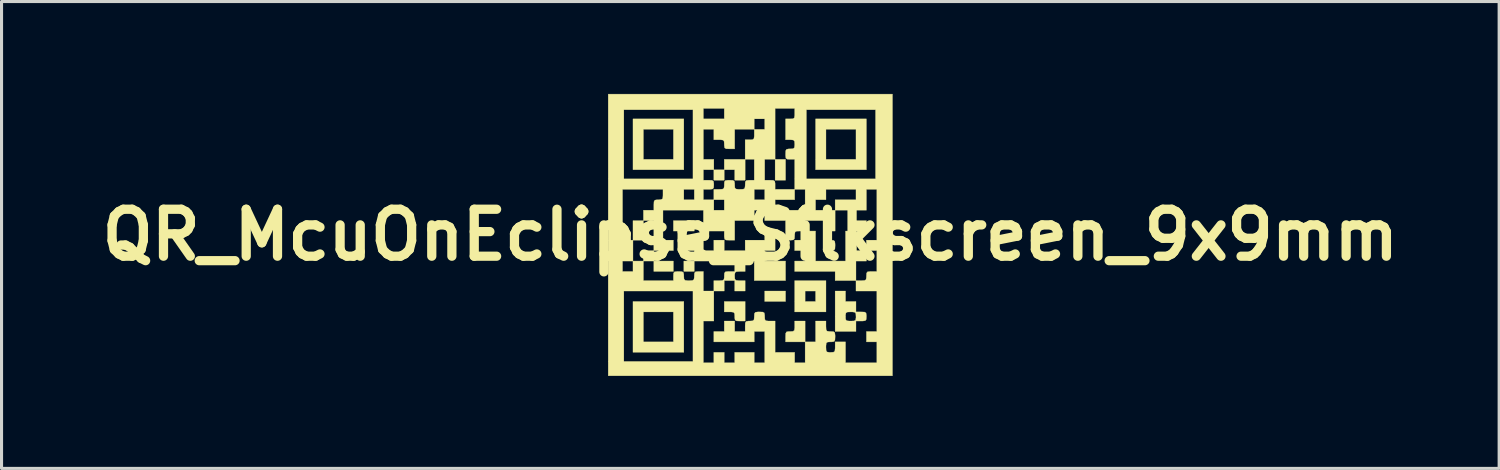
<source format=kicad_pcb>
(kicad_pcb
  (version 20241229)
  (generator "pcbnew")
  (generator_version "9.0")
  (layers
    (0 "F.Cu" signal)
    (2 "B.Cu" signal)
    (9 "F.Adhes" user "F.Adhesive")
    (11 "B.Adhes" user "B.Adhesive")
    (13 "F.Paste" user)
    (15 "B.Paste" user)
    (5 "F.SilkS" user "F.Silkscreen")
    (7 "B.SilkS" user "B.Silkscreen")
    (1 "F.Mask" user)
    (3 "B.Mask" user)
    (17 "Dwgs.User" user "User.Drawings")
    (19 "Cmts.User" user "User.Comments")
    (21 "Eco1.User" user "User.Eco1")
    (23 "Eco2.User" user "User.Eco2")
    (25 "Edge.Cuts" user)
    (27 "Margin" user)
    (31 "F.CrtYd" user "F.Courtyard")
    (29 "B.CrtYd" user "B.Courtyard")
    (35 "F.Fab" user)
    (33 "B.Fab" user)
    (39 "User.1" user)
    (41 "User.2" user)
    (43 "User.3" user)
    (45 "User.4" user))
  (footprint "QR_McuOnEclipse_Silkscreen_9x9mm"
    (layer "F.Cu")
    (at 21.307 4.577)
    (property "Reference" "QR_McuOnEclipse_Silkscreen_9x9mm" (at 0 0 0) (layer "F.SilkS") (effects (font (size 1.524 1.524) (thickness 0.3))))
    (attr through_hole)
    (fp_poly (pts (xy -3.471 0.169) (xy -3.81 0.169) (xy -3.81 -0.466) (xy -3.471 -0.466) (xy -3.471 0.169)) (stroke (width 0.01) (type solid)) (fill yes) (layer "F.SilkS"))
    (fp_poly (pts (xy -3.471 0.847) (xy -3.471 0.508) (xy -3.133 0.508) (xy -3.133 0.847) (xy -3.471 0.847)) (stroke (width 0.01) (type solid)) (fill yes) (layer "F.SilkS"))
    (fp_poly (pts (xy -2.498 0.847) (xy -2.498 1.185) (xy -3.133 1.185) (xy -3.133 0.847) (xy -2.498 0.847)) (stroke (width 0.01) (type solid)) (fill yes) (layer "F.SilkS"))
    (fp_poly (pts (xy -1.82 -0.127) (xy -2.498 -0.127) (xy -2.498 -0.466) (xy -1.82 -0.466) (xy -1.82 -0.127)) (stroke (width 0.01) (type solid)) (fill yes) (layer "F.SilkS"))
    (fp_poly (pts (xy -1.82 1.185) (xy -2.159 1.185) (xy -2.159 0.847) (xy -1.82 0.847) (xy -1.82 1.185)) (stroke (width 0.01) (type solid)) (fill yes) (layer "F.SilkS"))
    (fp_poly (pts (xy -0.847 -1.778) (xy -1.185 -1.778) (xy -1.185 -2.117) (xy -0.847 -2.117) (xy -0.847 -1.778)) (stroke (width 0.01) (type solid)) (fill yes) (layer "F.SilkS"))
    (fp_poly (pts (xy 1.143 -1.778) (xy 0.804 -1.778) (xy 0.804 -2.455) (xy 1.143 -2.455) (xy 1.143 -1.778)) (stroke (width 0.01) (type solid)) (fill yes) (layer "F.SilkS"))
    (fp_poly (pts (xy 1.143 2.159) (xy 0.466 2.159) (xy 0.466 1.82) (xy 1.143 1.82) (xy 1.143 2.159)) (stroke (width 0.01) (type solid)) (fill yes) (layer "F.SilkS"))
    (fp_poly (pts (xy 3.429 -0.466) (xy 3.768 -0.466) (xy 3.768 -0.127) (xy 3.429 -0.127) (xy 3.429 -0.466)) (stroke (width 0.01) (type solid)) (fill yes) (layer "F.SilkS"))
    (fp_poly (pts (xy -0.847 -2.455) (xy -0.169 -2.455) (xy -0.169 -1.778) (xy -0.508 -1.778) (xy -0.508 -2.117) (xy -0.847 -2.117) (xy -0.847 -2.455)) (stroke (width 0.01) (type solid)) (fill yes) (layer "F.SilkS"))
    (fp_poly (pts (xy -2.159 -2.117) (xy -3.81 -2.117) (xy -3.81 -3.429) (xy -3.471 -3.429) (xy -3.471 -2.455) (xy -2.498 -2.455) (xy -2.498 -3.429) (xy -3.471 -3.429) (xy -3.81 -3.429) (xy -3.81 -3.768) (xy -2.159 -3.768) (xy -2.159 -2.117)) (stroke (width 0.01) (type solid)) (fill yes) (layer "F.SilkS"))
    (fp_poly (pts (xy -2.159 3.81) (xy -3.81 3.81) (xy -3.81 2.498) (xy -3.471 2.498) (xy -3.471 3.471) (xy -2.498 3.471) (xy -2.498 2.498) (xy -3.471 2.498) (xy -3.81 2.498) (xy -3.81 2.159) (xy -2.159 2.159) (xy -2.159 3.81)) (stroke (width 0.01) (type solid)) (fill yes) (layer "F.SilkS"))
    (fp_poly (pts (xy 2.455 2.498) (xy 1.439 2.498) (xy 1.439 1.82) (xy 1.778 1.82) (xy 1.778 2.159) (xy 2.117 2.159) (xy 2.117 1.82) (xy 1.778 1.82) (xy 1.439 1.82) (xy 1.439 1.482) (xy 2.455 1.482) (xy 2.455 2.498)) (stroke (width 0.01) (type solid)) (fill yes) (layer "F.SilkS"))
    (fp_poly (pts (xy 3.768 -2.117) (xy 2.117 -2.117) (xy 2.117 -3.429) (xy 2.455 -3.429) (xy 2.455 -2.455) (xy 3.429 -2.455) (xy 3.429 -3.429) (xy 2.455 -3.429) (xy 2.117 -3.429) (xy 2.117 -3.768) (xy 3.768 -3.768) (xy 3.768 -2.117)) (stroke (width 0.01) (type solid)) (fill yes) (layer "F.SilkS"))
    (fp_poly (pts (xy -0.169 2.794) (xy -0.339 2.794) (xy -0.447 2.79) (xy -0.495 2.762) (xy -0.508 2.69) (xy -0.508 2.646) (xy -0.513 2.551) (xy -0.545 2.509) (xy -0.627 2.498) (xy -0.677 2.498) (xy -0.847 2.498) (xy -0.847 2.159) (xy -0.169 2.159) (xy -0.169 2.794)) (stroke (width 0.01) (type solid)) (fill yes) (layer "F.SilkS"))
    (fp_poly (pts (xy 1.778 3.471) (xy 1.143 3.471) (xy 1.143 3.302) (xy 1.147 3.194) (xy 1.175 3.145) (xy 1.247 3.133) (xy 1.291 3.133) (xy 1.386 3.128) (xy 1.428 3.096) (xy 1.439 3.013) (xy 1.439 2.963) (xy 1.439 2.794) (xy 1.778 2.794) (xy 1.778 3.471)) (stroke (width 0.01) (type solid)) (fill yes) (layer "F.SilkS"))
    (fp_poly (pts (xy 2.698 0.174) (xy 2.741 0.206) (xy 2.751 0.289) (xy 2.752 0.339) (xy 2.747 0.447) (xy 2.719 0.495) (xy 2.647 0.508) (xy 2.603 0.508) (xy 2.509 0.503) (xy 2.466 0.471) (xy 2.456 0.389) (xy 2.455 0.339) (xy 2.46 0.23) (xy 2.488 0.182) (xy 2.56 0.17) (xy 2.603 0.169) (xy 2.698 0.174)) (stroke (width 0.01) (type solid)) (fill yes) (layer "F.SilkS"))
    (fp_poly (pts (xy 3.429 0.508) (xy 3.768 0.508) (xy 3.768 0.847) (xy 3.429 0.847) (xy 3.429 1.482) (xy 2.752 1.482) (xy 2.752 1.185) (xy 1.439 1.185) (xy 1.439 0.847) (xy 1.778 0.847) (xy 1.778 0.508) (xy 1.439 0.508) (xy 1.439 0.169) (xy 1.609 0.169) (xy 1.717 0.165) (xy 1.765 0.137) (xy 1.778 0.065) (xy 1.778 0.021) (xy 1.783 -0.074) (xy 1.815 -0.116) (xy 1.897 -0.127) (xy 1.947 -0.127) (xy 2.117 -0.127) (xy 2.117 0.847) (xy 3.09 0.847) (xy 3.09 -0.127) (xy 3.429 -0.127) (xy 3.429 0.508)) (stroke (width 0.01) (type solid)) (fill yes) (layer "F.SilkS"))
    (fp_poly (pts (xy 3.09 2.159) (xy 3.429 2.159) (xy 3.429 2.498) (xy 3.598 2.498) (xy 3.707 2.502) (xy 3.755 2.53) (xy 3.767 2.602) (xy 3.768 2.646) (xy 3.763 2.741) (xy 3.731 2.783) (xy 3.648 2.794) (xy 3.598 2.794) (xy 3.429 2.794) (xy 3.429 3.133) (xy 2.752 3.133) (xy 2.752 2.646) (xy 3.09 2.646) (xy 3.095 2.741) (xy 3.127 2.783) (xy 3.21 2.794) (xy 3.26 2.794) (xy 3.368 2.79) (xy 3.416 2.762) (xy 3.429 2.69) (xy 3.429 2.646) (xy 3.424 2.551) (xy 3.392 2.509) (xy 3.31 2.498) (xy 3.26 2.498) (xy 3.151 2.502) (xy 3.103 2.53) (xy 3.091 2.602) (xy 3.09 2.646) (xy 2.752 2.646) (xy 2.752 1.82) (xy 3.09 1.82) (xy 3.09 2.159)) (stroke (width 0.01) (type solid)) (fill yes) (layer "F.SilkS"))
    (fp_poly (pts (xy -1.82 0.508) (xy -2.159 0.508) (xy -2.159 0.169) (xy -1.524 0.169) (xy -1.524 0.508) (xy -1.185 0.508) (xy -1.185 0.169) (xy -0.847 0.169) (xy -0.847 0.508) (xy -0.169 0.508) (xy -0.169 0.169) (xy 0.466 0.169) (xy 0.466 0.021) (xy 0.471 -0.074) (xy 0.502 -0.116) (xy 0.585 -0.127) (xy 0.635 -0.127) (xy 0.804 -0.127) (xy 0.804 0.508) (xy 0.466 0.508) (xy 0.466 0.847) (xy 1.143 0.847) (xy 1.143 1.482) (xy 0.127 1.482) (xy 0.127 0.847) (xy -0.021 0.847) (xy -0.116 0.852) (xy -0.158 0.883) (xy -0.169 0.966) (xy -0.169 1.016) (xy -0.169 1.185) (xy -0.339 1.185) (xy -0.447 1.19) (xy -0.495 1.218) (xy -0.508 1.29) (xy -0.508 1.333) (xy -0.503 1.428) (xy -0.471 1.471) (xy -0.389 1.481) (xy -0.339 1.482) (xy -0.169 1.482) (xy -0.169 1.82) (xy -0.508 1.82) (xy -0.508 1.482) (xy -0.847 1.482) (xy -0.847 1.82) (xy -1.185 1.82) (xy -1.185 1.482) (xy -1.016 1.482) (xy -0.908 1.477) (xy -0.859 1.449) (xy -0.847 1.377) (xy -0.847 1.333) (xy -0.842 1.239) (xy -0.81 1.196) (xy -0.727 1.186) (xy -0.677 1.185) (xy -0.508 1.185) (xy -0.508 0.847) (xy -1.82 0.847) (xy -1.82 0.508)) (stroke (width 0.01) (type solid)) (fill yes) (layer "F.SilkS"))
    (fp_poly (pts (xy 4.614 4.572) (xy -4.614 4.572) (xy -4.614 1.82) (xy -4.106 1.82) (xy -4.106 4.106) (xy -1.863 4.106) (xy -1.863 1.82) (xy -4.106 1.82) (xy -4.614 1.82) (xy -4.614 0.847) (xy -4.149 0.847) (xy -4.149 1.185) (xy -3.81 1.185) (xy -3.81 0.847) (xy -4.149 0.847) (xy -4.614 0.847) (xy -4.614 -1.482) (xy -4.149 -1.482) (xy -4.149 0.169) (xy -3.81 0.169) (xy -3.81 0.847) (xy -3.471 0.847) (xy -3.471 1.482) (xy -2.498 1.482) (xy -2.498 1.333) (xy -2.493 1.239) (xy -2.461 1.196) (xy -2.378 1.186) (xy -2.328 1.185) (xy -2.22 1.19) (xy -2.172 1.218) (xy -2.159 1.29) (xy -2.159 1.333) (xy -2.154 1.428) (xy -2.122 1.471) (xy -2.04 1.481) (xy -1.99 1.482) (xy -1.881 1.477) (xy -1.833 1.449) (xy -1.821 1.377) (xy -1.82 1.333) (xy -1.814 1.234) (xy -1.777 1.193) (xy -1.683 1.185) (xy -1.672 1.185) (xy -1.524 1.185) (xy -1.524 1.82) (xy -1.185 1.82) (xy -1.185 2.794) (xy -1.524 2.794) (xy -1.524 4.149) (xy -1.185 4.149) (xy -1.185 3.81) (xy -0.847 3.81) (xy -0.847 4.149) (xy -0.508 4.149) (xy -0.508 3.81) (xy 0.127 3.81) (xy 0.127 4.149) (xy 0.466 4.149) (xy 0.466 3.133) (xy 0.127 3.133) (xy 0.127 3.471) (xy -1.185 3.471) (xy -1.185 3.133) (xy -0.847 3.133) (xy -0.847 2.794) (xy -0.508 2.794) (xy -0.508 3.133) (xy -0.169 3.133) (xy -0.169 2.963) (xy -0.165 2.855) (xy -0.137 2.807) (xy -0.065 2.794) (xy -0.021 2.794) (xy 0.078 2.787) (xy 0.119 2.75) (xy 0.127 2.657) (xy 0.127 2.646) (xy 0.132 2.551) (xy 0.164 2.509) (xy 0.246 2.498) (xy 0.296 2.498) (xy 0.405 2.502) (xy 0.453 2.53) (xy 0.465 2.602) (xy 0.466 2.646) (xy 0.471 2.741) (xy 0.502 2.783) (xy 0.585 2.794) (xy 0.635 2.794) (xy 0.804 2.794) (xy 0.804 3.81) (xy 1.439 3.81) (xy 1.439 4.149) (xy 1.778 4.149) (xy 1.778 3.471) (xy 2.117 3.471) (xy 2.117 2.794) (xy 2.455 2.794) (xy 2.455 2.963) (xy 2.46 3.072) (xy 2.488 3.12) (xy 2.56 3.132) (xy 2.603 3.133) (xy 2.698 3.138) (xy 2.741 3.169) (xy 2.751 3.252) (xy 2.752 3.302) (xy 2.747 3.41) (xy 2.719 3.459) (xy 2.647 3.471) (xy 2.603 3.471) (xy 2.509 3.476) (xy 2.466 3.508) (xy 2.456 3.591) (xy 2.455 3.641) (xy 2.46 3.749) (xy 2.488 3.797) (xy 2.56 3.81) (xy 2.603 3.81) (xy 2.698 3.805) (xy 2.741 3.773) (xy 2.751 3.691) (xy 2.752 3.641) (xy 2.752 3.471) (xy 3.09 3.471) (xy 3.09 4.149) (xy 4.106 4.149) (xy 4.106 3.471) (xy 3.768 3.471) (xy 3.768 3.133) (xy 4.106 3.133) (xy 4.106 1.82) (xy 3.429 1.82) (xy 3.429 1.482) (xy 3.598 1.482) (xy 3.707 1.477) (xy 3.755 1.449) (xy 3.767 1.377) (xy 3.768 1.333) (xy 3.773 1.239) (xy 3.804 1.196) (xy 3.887 1.186) (xy 3.937 1.185) (xy 4.106 1.185) (xy 4.106 0.508) (xy 3.768 0.508) (xy 3.768 0.169) (xy 4.106 0.169) (xy 4.106 -1.482) (xy 3.768 -1.482) (xy 3.768 -0.804) (xy 2.752 -0.804) (xy 2.752 -0.127) (xy 2.603 -0.127) (xy 2.509 -0.132) (xy 2.466 -0.164) (xy 2.456 -0.246) (xy 2.455 -0.296) (xy 2.455 -0.466) (xy 1.778 -0.466) (xy 1.778 -0.127) (xy 1.609 -0.127) (xy 1.5 -0.123) (xy 1.452 -0.095) (xy 1.44 -0.023) (xy 1.439 0.021) (xy 1.433 0.12) (xy 1.396 0.161) (xy 1.302 0.169) (xy 1.291 0.169) (xy 1.143 0.169) (xy 1.143 -0.466) (xy 0.466 -0.466) (xy 0.466 -0.804) (xy 0.127 -0.804) (xy 0.127 -0.466) (xy -0.508 -0.466) (xy -0.508 0.169) (xy -0.677 0.169) (xy -0.786 0.165) (xy -0.834 0.137) (xy -0.846 0.065) (xy -0.847 0.021) (xy -0.847 -0.127) (xy -1.524 -0.127) (xy -1.524 -0.804) (xy -1.185 -0.804) (xy -0.847 -0.804) (xy -0.847 -1.143) (xy -1.185 -1.143) (xy -1.185 -0.804) (xy -1.524 -0.804) (xy -2.836 -0.804) (xy -2.836 0.169) (xy -2.498 0.169) (xy -2.498 0.508) (xy -3.133 0.508) (xy -3.133 -0.466) (xy -3.471 -0.466) (xy -3.471 -0.804) (xy -3.133 -0.804) (xy -3.133 -0.974) (xy -3.128 -1.082) (xy -3.1 -1.13) (xy -3.028 -1.143) (xy -2.985 -1.143) (xy -2.89 -1.148) (xy -2.847 -1.18) (xy -2.837 -1.262) (xy -2.836 -1.312) (xy -2.836 -1.482) (xy -2.159 -1.482) (xy -2.159 -1.143) (xy -1.82 -1.143) (xy -1.82 -1.482) (xy -2.159 -1.482) (xy -2.836 -1.482) (xy -4.149 -1.482) (xy -4.614 -1.482) (xy -4.614 -4.064) (xy -4.106 -4.064) (xy -4.106 -1.82) (xy -1.863 -1.82) (xy -1.863 -3.429) (xy -1.524 -3.429) (xy -1.524 -2.455) (xy -1.185 -2.455) (xy -1.185 -2.117) (xy -1.524 -2.117) (xy -1.524 -1.778) (xy -1.355 -1.778) (xy -1.246 -1.774) (xy -1.198 -1.746) (xy -1.186 -1.674) (xy -1.185 -1.63) (xy -1.19 -1.535) (xy -1.222 -1.493) (xy -1.305 -1.482) (xy -1.355 -1.482) (xy -1.524 -1.482) (xy -1.524 -1.143) (xy -1.185 -1.143) (xy -1.185 -1.482) (xy -1.016 -1.482) (xy -0.908 -1.486) (xy -0.859 -1.514) (xy -0.847 -1.586) (xy -0.847 -1.63) (xy -0.842 -1.725) (xy -0.81 -1.767) (xy -0.727 -1.778) (xy -0.677 -1.778) (xy -0.569 -1.774) (xy -0.521 -1.746) (xy -0.508 -1.674) (xy -0.508 -1.63) (xy -0.503 -1.535) (xy -0.471 -1.493) (xy -0.389 -1.482) (xy -0.339 -1.482) (xy 0.127 -1.482) (xy 0.127 -1.143) (xy 0.466 -1.143) (xy 0.804 -1.143) (xy 0.804 -0.804) (xy 1.778 -0.804) (xy 1.778 -1.143) (xy 2.117 -1.143) (xy 2.117 -0.804) (xy 2.752 -0.804) (xy 2.752 -1.143) (xy 3.429 -1.143) (xy 3.429 -1.482) (xy 2.455 -1.482) (xy 2.455 -1.143) (xy 2.117 -1.143) (xy 1.778 -1.143) (xy 1.778 -1.482) (xy 1.439 -1.482) (xy 1.439 -1.143) (xy 0.804 -1.143) (xy 0.466 -1.143) (xy 0.466 -1.482) (xy 0.127 -1.482) (xy -0.339 -1.482) (xy -0.23 -1.486) (xy -0.182 -1.514) (xy -0.17 -1.586) (xy -0.169 -1.63) (xy -0.163 -1.729) (xy -0.126 -1.77) (xy -0.032 -1.778) (xy -0.021 -1.778) (xy 0.127 -1.778) (xy 0.127 -2.455) (xy 0.466 -2.455) (xy 0.466 -1.778) (xy 0.635 -1.778) (xy 0.743 -1.774) (xy 0.792 -1.746) (xy 0.804 -1.674) (xy 0.804 -1.63) (xy 0.804 -1.482) (xy 1.439 -1.482) (xy 1.439 -2.455) (xy 1.291 -2.455) (xy 1.196 -2.46) (xy 1.154 -2.492) (xy 1.143 -2.575) (xy 1.143 -2.625) (xy 1.147 -2.733) (xy 1.175 -2.781) (xy 1.247 -2.794) (xy 1.291 -2.794) (xy 1.39 -2.801) (xy 1.431 -2.838) (xy 1.439 -2.931) (xy 1.439 -2.942) (xy 1.433 -3.041) (xy 1.396 -3.082) (xy 1.302 -3.09) (xy 1.291 -3.09) (xy 1.143 -3.09) (xy 1.143 -3.768) (xy 1.291 -3.768) (xy 1.386 -3.773) (xy 1.428 -3.804) (xy 1.439 -3.887) (xy 1.439 -3.937) (xy 1.439 -4.064) (xy 1.82 -4.064) (xy 1.82 -1.82) (xy 4.064 -1.82) (xy 4.064 -4.064) (xy 1.82 -4.064) (xy 1.439 -4.064) (xy 1.439 -4.106) (xy 0.804 -4.106) (xy 0.804 -2.455) (xy 0.466 -2.455) (xy 0.127 -2.455) (xy -0.169 -2.455) (xy -0.169 -3.09) (xy -0.021 -3.09) (xy 0.074 -3.095) (xy 0.116 -3.127) (xy 0.127 -3.21) (xy 0.127 -3.26) (xy 0.127 -3.429) (xy -0.508 -3.429) (xy -0.508 -2.794) (xy -0.677 -2.794) (xy -0.786 -2.798) (xy -0.834 -2.826) (xy -0.846 -2.898) (xy -0.847 -2.942) (xy -0.852 -3.037) (xy -0.883 -3.079) (xy -0.966 -3.09) (xy -1.016 -3.09) (xy -1.185 -3.09) (xy -1.185 -3.429) (xy -1.524 -3.429) (xy -1.863 -3.429) (xy -1.863 -4.064) (xy -4.106 -4.064) (xy -4.614 -4.064) (xy -4.614 -4.106) (xy -1.524 -4.106) (xy -1.524 -3.768) (xy -0.847 -3.768) (xy 0.127 -3.768) (xy 0.127 -3.429) (xy 0.466 -3.429) (xy 0.466 -3.768) (xy 0.127 -3.768) (xy -0.847 -3.768) (xy -0.847 -4.106) (xy -1.524 -4.106) (xy -4.614 -4.106) (xy -4.614 -4.572) (xy 4.614 -4.572) (xy 4.614 4.572)) (stroke (width 0.01) (type solid)) (fill yes) (layer "F.SilkS")))
  (gr_rect
    (start -3 -3)
    (end 45.614 12.154)
    (stroke (width 0.1) (type default))
    (fill no)
    (layer "Edge.Cuts")))
</source>
